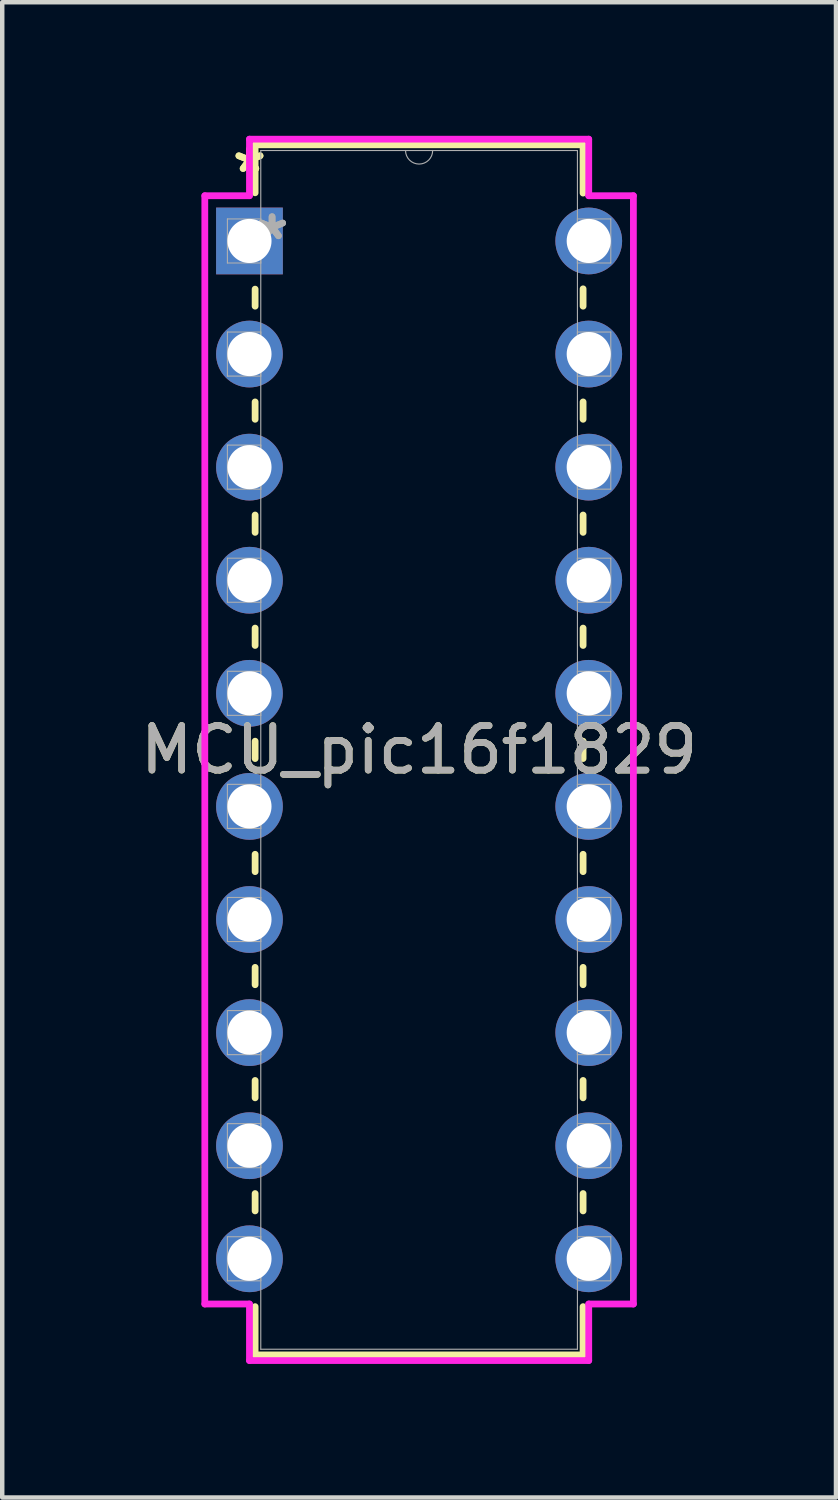
<source format=kicad_pcb>
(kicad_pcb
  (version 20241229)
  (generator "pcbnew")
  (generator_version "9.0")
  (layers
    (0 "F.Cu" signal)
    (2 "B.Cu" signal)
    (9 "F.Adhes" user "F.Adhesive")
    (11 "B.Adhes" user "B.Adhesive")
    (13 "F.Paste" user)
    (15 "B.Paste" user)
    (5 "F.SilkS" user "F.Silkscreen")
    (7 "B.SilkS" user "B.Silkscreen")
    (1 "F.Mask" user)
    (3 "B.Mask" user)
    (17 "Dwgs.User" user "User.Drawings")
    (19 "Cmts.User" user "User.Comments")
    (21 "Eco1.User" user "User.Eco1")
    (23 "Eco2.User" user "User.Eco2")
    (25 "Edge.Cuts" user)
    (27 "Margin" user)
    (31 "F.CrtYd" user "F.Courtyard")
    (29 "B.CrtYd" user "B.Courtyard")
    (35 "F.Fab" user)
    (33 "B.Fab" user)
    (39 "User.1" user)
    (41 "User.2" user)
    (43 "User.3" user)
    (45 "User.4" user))
  (footprint "MCU_pic16f1829"
    (layer "F.Cu")
    (at 2.553 2.362)
    (property "Reference" "MCU_pic16f1829" (at 3.81 11.43 0) (unlocked yes) (layer "F.SilkS") (effects (font (size 1 1) (thickness 0.15))))
    (attr through_hole)
    (fp_line (start 0.127 -2.159) (end 0.127 -1.082) (stroke (width 0.152) (type solid)) (layer "F.SilkS"))
    (fp_line (start 0.127 1.082) (end 0.127 1.465) (stroke (width 0.152) (type solid)) (layer "F.SilkS"))
    (fp_line (start 0.127 3.615) (end 0.127 4.005) (stroke (width 0.152) (type solid)) (layer "F.SilkS"))
    (fp_line (start 0.127 6.155) (end 0.127 6.545) (stroke (width 0.152) (type solid)) (layer "F.SilkS"))
    (fp_line (start 0.127 8.695) (end 0.127 9.085) (stroke (width 0.152) (type solid)) (layer "F.SilkS"))
    (fp_line (start 0.127 11.235) (end 0.127 11.625) (stroke (width 0.152) (type solid)) (layer "F.SilkS"))
    (fp_line (start 0.127 13.775) (end 0.127 14.165) (stroke (width 0.152) (type solid)) (layer "F.SilkS"))
    (fp_line (start 0.127 16.315) (end 0.127 16.705) (stroke (width 0.152) (type solid)) (layer "F.SilkS"))
    (fp_line (start 0.127 18.855) (end 0.127 19.245) (stroke (width 0.152) (type solid)) (layer "F.SilkS"))
    (fp_line (start 0.127 21.395) (end 0.127 21.785) (stroke (width 0.152) (type solid)) (layer "F.SilkS"))
    (fp_line (start 0.127 23.935) (end 0.127 25.019) (stroke (width 0.152) (type solid)) (layer "F.SilkS"))
    (fp_line (start 0.127 25.019) (end 7.493 25.019) (stroke (width 0.152) (type solid)) (layer "F.SilkS"))
    (fp_line (start 7.493 -2.159) (end 0.127 -2.159) (stroke (width 0.152) (type solid)) (layer "F.SilkS"))
    (fp_line (start 7.493 -1.075) (end 7.493 -2.159) (stroke (width 0.152) (type solid)) (layer "F.SilkS"))
    (fp_line (start 7.493 1.465) (end 7.493 1.075) (stroke (width 0.152) (type solid)) (layer "F.SilkS"))
    (fp_line (start 7.493 4.005) (end 7.493 3.615) (stroke (width 0.152) (type solid)) (layer "F.SilkS"))
    (fp_line (start 7.493 6.545) (end 7.493 6.155) (stroke (width 0.152) (type solid)) (layer "F.SilkS"))
    (fp_line (start 7.493 9.085) (end 7.493 8.695) (stroke (width 0.152) (type solid)) (layer "F.SilkS"))
    (fp_line (start 7.493 11.625) (end 7.493 11.235) (stroke (width 0.152) (type solid)) (layer "F.SilkS"))
    (fp_line (start 7.493 14.165) (end 7.493 13.775) (stroke (width 0.152) (type solid)) (layer "F.SilkS"))
    (fp_line (start 7.493 16.705) (end 7.493 16.315) (stroke (width 0.152) (type solid)) (layer "F.SilkS"))
    (fp_line (start 7.493 19.245) (end 7.493 18.855) (stroke (width 0.152) (type solid)) (layer "F.SilkS"))
    (fp_line (start 7.493 21.785) (end 7.493 21.395) (stroke (width 0.152) (type solid)) (layer "F.SilkS"))
    (fp_line (start 7.493 25.019) (end 7.493 23.935) (stroke (width 0.152) (type solid)) (layer "F.SilkS"))
    (fp_line (start -1.003 -1.016) (end 0 -1.016) (stroke (width 0.152) (type solid)) (layer "F.CrtYd"))
    (fp_line (start -1.003 23.876) (end -1.003 -1.016) (stroke (width 0.152) (type solid)) (layer "F.CrtYd"))
    (fp_line (start 0 -2.286) (end 7.62 -2.286) (stroke (width 0.152) (type solid)) (layer "F.CrtYd"))
    (fp_line (start 0 -1.016) (end 0 -2.286) (stroke (width 0.152) (type solid)) (layer "F.CrtYd"))
    (fp_line (start 0 23.876) (end -1.003 23.876) (stroke (width 0.152) (type solid)) (layer "F.CrtYd"))
    (fp_line (start 0 25.146) (end 0 23.876) (stroke (width 0.152) (type solid)) (layer "F.CrtYd"))
    (fp_line (start 7.62 -2.286) (end 7.62 -1.016) (stroke (width 0.152) (type solid)) (layer "F.CrtYd"))
    (fp_line (start 7.62 23.876) (end 7.62 25.146) (stroke (width 0.152) (type solid)) (layer "F.CrtYd"))
    (fp_line (start 7.62 25.146) (end 0 25.146) (stroke (width 0.152) (type solid)) (layer "F.CrtYd"))
    (fp_line (start 8.623 -1.016) (end 7.62 -1.016) (stroke (width 0.152) (type solid)) (layer "F.CrtYd"))
    (fp_line (start 8.623 -1.016) (end 8.623 23.876) (stroke (width 0.152) (type solid)) (layer "F.CrtYd"))
    (fp_line (start 8.623 23.876) (end 7.62 23.876) (stroke (width 0.152) (type solid)) (layer "F.CrtYd"))
    (fp_line (start -0.495 -0.495) (end -0.495 0.495) (stroke (width 0.025) (type solid)) (layer "F.Fab"))
    (fp_line (start -0.495 0.495) (end 0.254 0.495) (stroke (width 0.025) (type solid)) (layer "F.Fab"))
    (fp_line (start -0.495 2.045) (end -0.495 3.035) (stroke (width 0.025) (type solid)) (layer "F.Fab"))
    (fp_line (start -0.495 3.035) (end 0.254 3.035) (stroke (width 0.025) (type solid)) (layer "F.Fab"))
    (fp_line (start -0.495 4.585) (end -0.495 5.575) (stroke (width 0.025) (type solid)) (layer "F.Fab"))
    (fp_line (start -0.495 5.575) (end 0.254 5.575) (stroke (width 0.025) (type solid)) (layer "F.Fab"))
    (fp_line (start -0.495 7.125) (end -0.495 8.115) (stroke (width 0.025) (type solid)) (layer "F.Fab"))
    (fp_line (start -0.495 8.115) (end 0.254 8.115) (stroke (width 0.025) (type solid)) (layer "F.Fab"))
    (fp_line (start -0.495 9.665) (end -0.495 10.655) (stroke (width 0.025) (type solid)) (layer "F.Fab"))
    (fp_line (start -0.495 10.655) (end 0.254 10.655) (stroke (width 0.025) (type solid)) (layer "F.Fab"))
    (fp_line (start -0.495 12.205) (end -0.495 13.195) (stroke (width 0.025) (type solid)) (layer "F.Fab"))
    (fp_line (start -0.495 13.195) (end 0.254 13.195) (stroke (width 0.025) (type solid)) (layer "F.Fab"))
    (fp_line (start -0.495 14.745) (end -0.495 15.735) (stroke (width 0.025) (type solid)) (layer "F.Fab"))
    (fp_line (start -0.495 15.735) (end 0.254 15.735) (stroke (width 0.025) (type solid)) (layer "F.Fab"))
    (fp_line (start -0.495 17.285) (end -0.495 18.275) (stroke (width 0.025) (type solid)) (layer "F.Fab"))
    (fp_line (start -0.495 18.275) (end 0.254 18.275) (stroke (width 0.025) (type solid)) (layer "F.Fab"))
    (fp_line (start -0.495 19.825) (end -0.495 20.815) (stroke (width 0.025) (type solid)) (layer "F.Fab"))
    (fp_line (start -0.495 20.815) (end 0.254 20.815) (stroke (width 0.025) (type solid)) (layer "F.Fab"))
    (fp_line (start -0.495 22.365) (end -0.495 23.355) (stroke (width 0.025) (type solid)) (layer "F.Fab"))
    (fp_line (start -0.495 23.355) (end 0.254 23.355) (stroke (width 0.025) (type solid)) (layer "F.Fab"))
    (fp_line (start 0.254 -2.032) (end 0.254 24.892) (stroke (width 0.025) (type solid)) (layer "F.Fab"))
    (fp_line (start 0.254 -0.495) (end -0.495 -0.495) (stroke (width 0.025) (type solid)) (layer "F.Fab"))
    (fp_line (start 0.254 0.495) (end 0.254 -0.495) (stroke (width 0.025) (type solid)) (layer "F.Fab"))
    (fp_line (start 0.254 2.045) (end -0.495 2.045) (stroke (width 0.025) (type solid)) (layer "F.Fab"))
    (fp_line (start 0.254 3.035) (end 0.254 2.045) (stroke (width 0.025) (type solid)) (layer "F.Fab"))
    (fp_line (start 0.254 4.585) (end -0.495 4.585) (stroke (width 0.025) (type solid)) (layer "F.Fab"))
    (fp_line (start 0.254 5.575) (end 0.254 4.585) (stroke (width 0.025) (type solid)) (layer "F.Fab"))
    (fp_line (start 0.254 7.125) (end -0.495 7.125) (stroke (width 0.025) (type solid)) (layer "F.Fab"))
    (fp_line (start 0.254 8.115) (end 0.254 7.125) (stroke (width 0.025) (type solid)) (layer "F.Fab"))
    (fp_line (start 0.254 9.665) (end -0.495 9.665) (stroke (width 0.025) (type solid)) (layer "F.Fab"))
    (fp_line (start 0.254 10.655) (end 0.254 9.665) (stroke (width 0.025) (type solid)) (layer "F.Fab"))
    (fp_line (start 0.254 12.205) (end -0.495 12.205) (stroke (width 0.025) (type solid)) (layer "F.Fab"))
    (fp_line (start 0.254 13.195) (end 0.254 12.205) (stroke (width 0.025) (type solid)) (layer "F.Fab"))
    (fp_line (start 0.254 14.745) (end -0.495 14.745) (stroke (width 0.025) (type solid)) (layer "F.Fab"))
    (fp_line (start 0.254 15.735) (end 0.254 14.745) (stroke (width 0.025) (type solid)) (layer "F.Fab"))
    (fp_line (start 0.254 17.285) (end -0.495 17.285) (stroke (width 0.025) (type solid)) (layer "F.Fab"))
    (fp_line (start 0.254 18.275) (end 0.254 17.285) (stroke (width 0.025) (type solid)) (layer "F.Fab"))
    (fp_line (start 0.254 19.825) (end -0.495 19.825) (stroke (width 0.025) (type solid)) (layer "F.Fab"))
    (fp_line (start 0.254 20.815) (end 0.254 19.825) (stroke (width 0.025) (type solid)) (layer "F.Fab"))
    (fp_line (start 0.254 22.365) (end -0.495 22.365) (stroke (width 0.025) (type solid)) (layer "F.Fab"))
    (fp_line (start 0.254 23.355) (end 0.254 22.365) (stroke (width 0.025) (type solid)) (layer "F.Fab"))
    (fp_line (start 0.254 24.892) (end 7.366 24.892) (stroke (width 0.025) (type solid)) (layer "F.Fab"))
    (fp_line (start 7.366 -2.032) (end 0.254 -2.032) (stroke (width 0.025) (type solid)) (layer "F.Fab"))
    (fp_line (start 7.366 -0.495) (end 7.366 0.495) (stroke (width 0.025) (type solid)) (layer "F.Fab"))
    (fp_line (start 7.366 0.495) (end 8.115 0.495) (stroke (width 0.025) (type solid)) (layer "F.Fab"))
    (fp_line (start 7.366 2.045) (end 7.366 3.035) (stroke (width 0.025) (type solid)) (layer "F.Fab"))
    (fp_line (start 7.366 3.035) (end 8.115 3.035) (stroke (width 0.025) (type solid)) (layer "F.Fab"))
    (fp_line (start 7.366 4.585) (end 7.366 5.575) (stroke (width 0.025) (type solid)) (layer "F.Fab"))
    (fp_line (start 7.366 5.575) (end 8.115 5.575) (stroke (width 0.025) (type solid)) (layer "F.Fab"))
    (fp_line (start 7.366 7.125) (end 7.366 8.115) (stroke (width 0.025) (type solid)) (layer "F.Fab"))
    (fp_line (start 7.366 8.115) (end 8.115 8.115) (stroke (width 0.025) (type solid)) (layer "F.Fab"))
    (fp_line (start 7.366 9.665) (end 7.366 10.655) (stroke (width 0.025) (type solid)) (layer "F.Fab"))
    (fp_line (start 7.366 10.655) (end 8.115 10.655) (stroke (width 0.025) (type solid)) (layer "F.Fab"))
    (fp_line (start 7.366 12.205) (end 7.366 13.195) (stroke (width 0.025) (type solid)) (layer "F.Fab"))
    (fp_line (start 7.366 13.195) (end 8.115 13.195) (stroke (width 0.025) (type solid)) (layer "F.Fab"))
    (fp_line (start 7.366 14.745) (end 7.366 15.735) (stroke (width 0.025) (type solid)) (layer "F.Fab"))
    (fp_line (start 7.366 15.735) (end 8.115 15.735) (stroke (width 0.025) (type solid)) (layer "F.Fab"))
    (fp_line (start 7.366 17.285) (end 7.366 18.275) (stroke (width 0.025) (type solid)) (layer "F.Fab"))
    (fp_line (start 7.366 18.275) (end 8.115 18.275) (stroke (width 0.025) (type solid)) (layer "F.Fab"))
    (fp_line (start 7.366 19.825) (end 7.366 20.815) (stroke (width 0.025) (type solid)) (layer "F.Fab"))
    (fp_line (start 7.366 20.815) (end 8.115 20.815) (stroke (width 0.025) (type solid)) (layer "F.Fab"))
    (fp_line (start 7.366 22.365) (end 7.366 23.355) (stroke (width 0.025) (type solid)) (layer "F.Fab"))
    (fp_line (start 7.366 23.355) (end 8.115 23.355) (stroke (width 0.025) (type solid)) (layer "F.Fab"))
    (fp_line (start 7.366 24.892) (end 7.366 -2.032) (stroke (width 0.025) (type solid)) (layer "F.Fab"))
    (fp_line (start 8.115 -0.495) (end 7.366 -0.495) (stroke (width 0.025) (type solid)) (layer "F.Fab"))
    (fp_line (start 8.115 0.495) (end 8.115 -0.495) (stroke (width 0.025) (type solid)) (layer "F.Fab"))
    (fp_line (start 8.115 2.045) (end 7.366 2.045) (stroke (width 0.025) (type solid)) (layer "F.Fab"))
    (fp_line (start 8.115 3.035) (end 8.115 2.045) (stroke (width 0.025) (type solid)) (layer "F.Fab"))
    (fp_line (start 8.115 4.585) (end 7.366 4.585) (stroke (width 0.025) (type solid)) (layer "F.Fab"))
    (fp_line (start 8.115 5.575) (end 8.115 4.585) (stroke (width 0.025) (type solid)) (layer "F.Fab"))
    (fp_line (start 8.115 7.125) (end 7.366 7.125) (stroke (width 0.025) (type solid)) (layer "F.Fab"))
    (fp_line (start 8.115 8.115) (end 8.115 7.125) (stroke (width 0.025) (type solid)) (layer "F.Fab"))
    (fp_line (start 8.115 9.665) (end 7.366 9.665) (stroke (width 0.025) (type solid)) (layer "F.Fab"))
    (fp_line (start 8.115 10.655) (end 8.115 9.665) (stroke (width 0.025) (type solid)) (layer "F.Fab"))
    (fp_line (start 8.115 12.205) (end 7.366 12.205) (stroke (width 0.025) (type solid)) (layer "F.Fab"))
    (fp_line (start 8.115 13.195) (end 8.115 12.205) (stroke (width 0.025) (type solid)) (layer "F.Fab"))
    (fp_line (start 8.115 14.745) (end 7.366 14.745) (stroke (width 0.025) (type solid)) (layer "F.Fab"))
    (fp_line (start 8.115 15.735) (end 8.115 14.745) (stroke (width 0.025) (type solid)) (layer "F.Fab"))
    (fp_line (start 8.115 17.285) (end 7.366 17.285) (stroke (width 0.025) (type solid)) (layer "F.Fab"))
    (fp_line (start 8.115 18.275) (end 8.115 17.285) (stroke (width 0.025) (type solid)) (layer "F.Fab"))
    (fp_line (start 8.115 19.825) (end 7.366 19.825) (stroke (width 0.025) (type solid)) (layer "F.Fab"))
    (fp_line (start 8.115 20.815) (end 8.115 19.825) (stroke (width 0.025) (type solid)) (layer "F.Fab"))
    (fp_line (start 8.115 22.365) (end 7.366 22.365) (stroke (width 0.025) (type solid)) (layer "F.Fab"))
    (fp_line (start 8.115 23.355) (end 8.115 22.365) (stroke (width 0.025) (type solid)) (layer "F.Fab"))
    (fp_arc (start 4.1148 -2.032) (mid 3.81 -1.7272) (end 3.5052 -2.032) (stroke (width 0.0254) (type solid)) (layer "F.Fab"))
    (fp_text user "*" (at 0 -1.511 0) (unlocked yes) (layer "F.SilkS") (effects (font (size 1 1) (thickness 0.15))))
    (fp_text user "*" (at 0 -1.511 0) (layer "F.SilkS") (effects (font (size 1 1) (thickness 0.15))))
    (fp_text user "*" (at 0.508 0 0) (unlocked yes) (layer "F.Fab") (effects (font (size 1 1) (thickness 0.15))))
    (fp_text user "${REFERENCE}" (at 3.81 11.43 0) (unlocked yes) (layer "F.Fab") (effects (font (size 1 1) (thickness 0.15))))
    (fp_text user "*" (at 0.508 0 0) (layer "F.Fab") (effects (font (size 1 1) (thickness 0.15))))
    (pad "1" thru_hole rect (at 0 0) (size 1.499 1.499) (drill 0.991) (layers "*.Cu" "*.Mask"))
    (pad "2" thru_hole circle (at 0 2.54) (size 1.499 1.499) (drill 0.991) (layers "*.Cu" "*.Mask"))
    (pad "3" thru_hole circle (at 0 5.08) (size 1.499 1.499) (drill 0.991) (layers "*.Cu" "*.Mask"))
    (pad "4" thru_hole circle (at 0 7.62) (size 1.499 1.499) (drill 0.991) (layers "*.Cu" "*.Mask"))
    (pad "5" thru_hole circle (at 0 10.16) (size 1.499 1.499) (drill 0.991) (layers "*.Cu" "*.Mask"))
    (pad "6" thru_hole circle (at 0 12.7) (size 1.499 1.499) (drill 0.991) (layers "*.Cu" "*.Mask"))
    (pad "7" thru_hole circle (at 0 15.24) (size 1.499 1.499) (drill 0.991) (layers "*.Cu" "*.Mask"))
    (pad "8" thru_hole circle (at 0 17.78) (size 1.499 1.499) (drill 0.991) (layers "*.Cu" "*.Mask"))
    (pad "9" thru_hole circle (at 0 20.32) (size 1.499 1.499) (drill 0.991) (layers "*.Cu" "*.Mask"))
    (pad "10" thru_hole circle (at 0 22.86) (size 1.499 1.499) (drill 0.991) (layers "*.Cu" "*.Mask"))
    (pad "11" thru_hole circle (at 7.62 22.86) (size 1.499 1.499) (drill 0.991) (layers "*.Cu" "*.Mask"))
    (pad "12" thru_hole circle (at 7.62 20.32) (size 1.499 1.499) (drill 0.991) (layers "*.Cu" "*.Mask"))
    (pad "13" thru_hole circle (at 7.62 17.78) (size 1.499 1.499) (drill 0.991) (layers "*.Cu" "*.Mask"))
    (pad "14" thru_hole circle (at 7.62 15.24) (size 1.499 1.499) (drill 0.991) (layers "*.Cu" "*.Mask"))
    (pad "15" thru_hole circle (at 7.62 12.7) (size 1.499 1.499) (drill 0.991) (layers "*.Cu" "*.Mask"))
    (pad "16" thru_hole circle (at 7.62 10.16) (size 1.499 1.499) (drill 0.991) (layers "*.Cu" "*.Mask"))
    (pad "17" thru_hole circle (at 7.62 7.62) (size 1.499 1.499) (drill 0.991) (layers "*.Cu" "*.Mask"))
    (pad "18" thru_hole circle (at 7.62 5.08) (size 1.499 1.499) (drill 0.991) (layers "*.Cu" "*.Mask"))
    (pad "19" thru_hole circle (at 7.62 2.54) (size 1.499 1.499) (drill 0.991) (layers "*.Cu" "*.Mask"))
    (pad "20" thru_hole circle (at 7.62 0) (size 1.499 1.499) (drill 0.991) (layers "*.Cu" "*.Mask")))
  (gr_rect
    (start -3 -3)
    (end 15.726 30.584)
    (stroke (width 0.1) (type default))
    (fill no)
    (layer "Edge.Cuts")))
</source>
